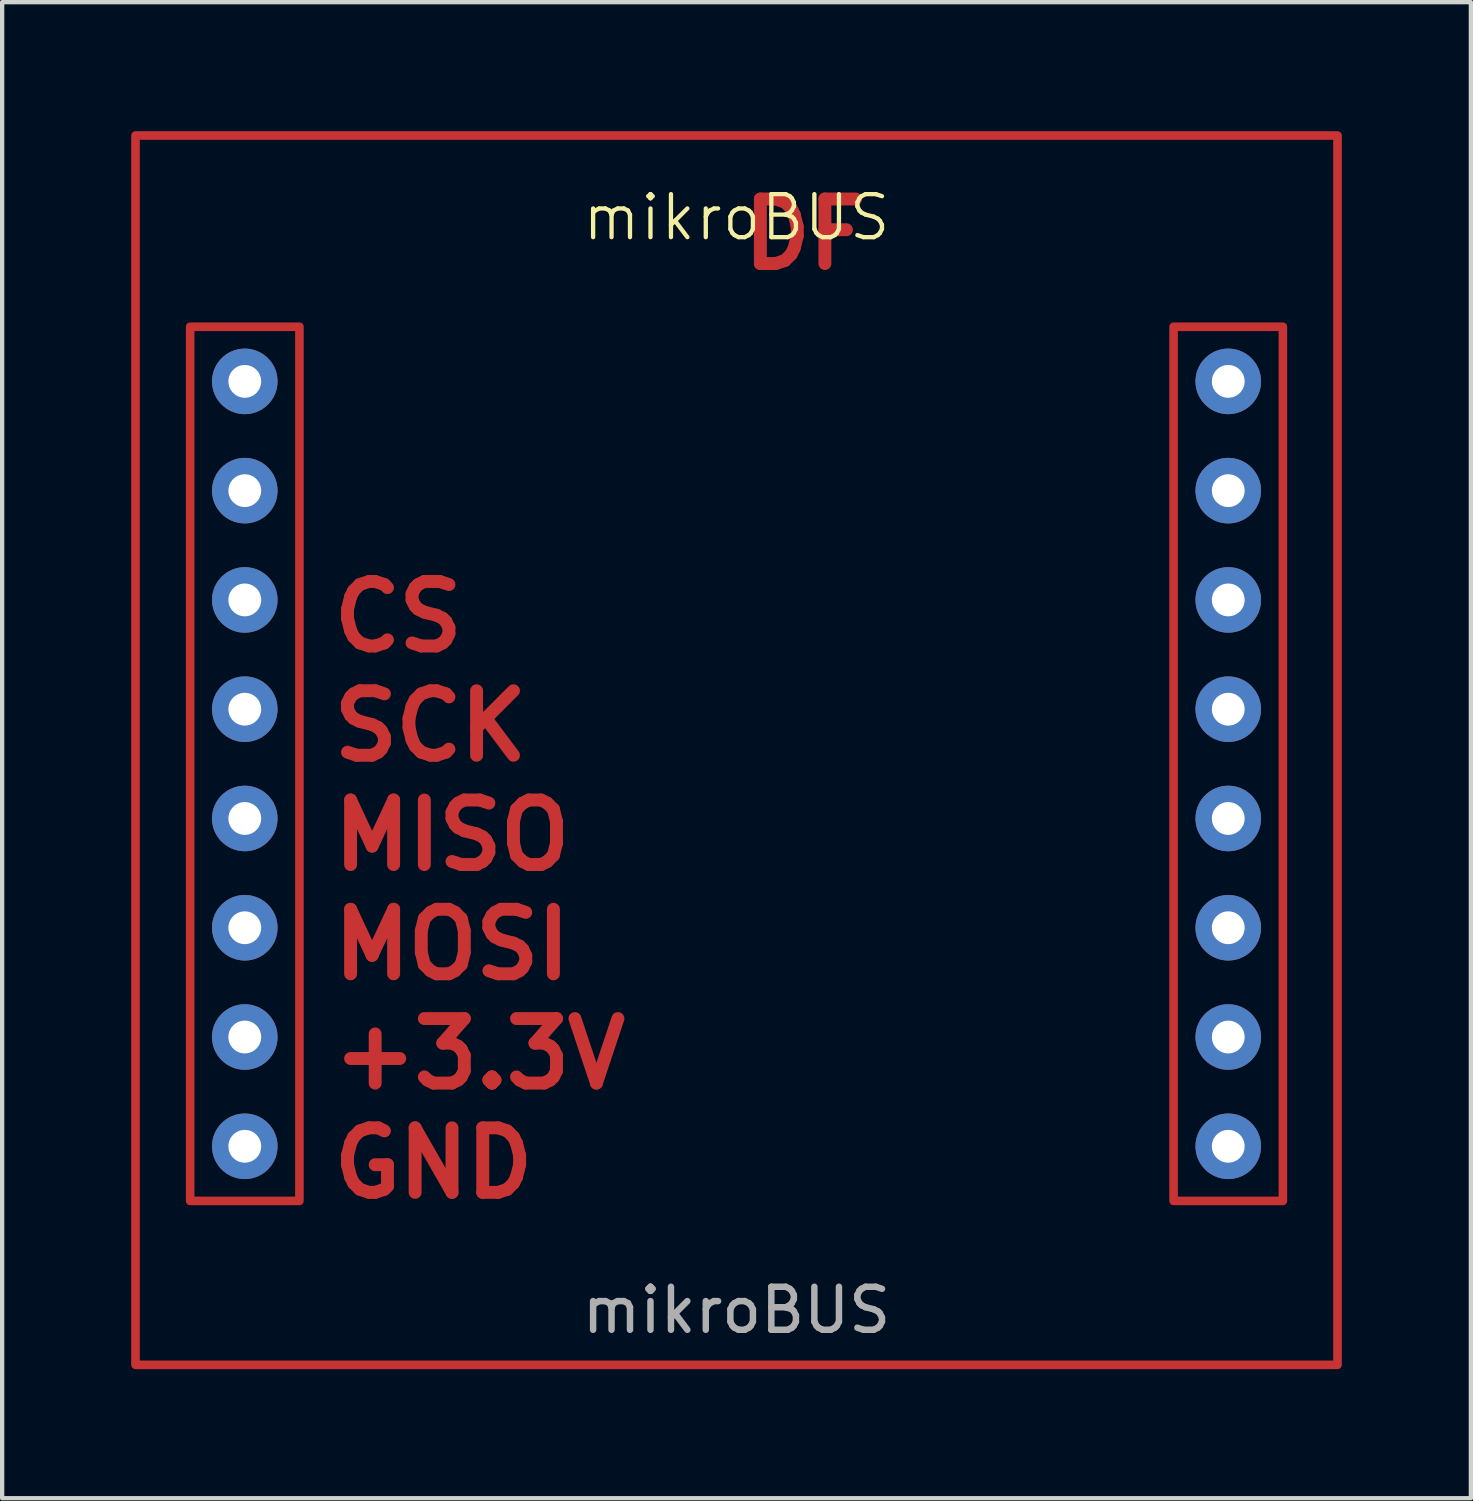
<source format=kicad_pcb>
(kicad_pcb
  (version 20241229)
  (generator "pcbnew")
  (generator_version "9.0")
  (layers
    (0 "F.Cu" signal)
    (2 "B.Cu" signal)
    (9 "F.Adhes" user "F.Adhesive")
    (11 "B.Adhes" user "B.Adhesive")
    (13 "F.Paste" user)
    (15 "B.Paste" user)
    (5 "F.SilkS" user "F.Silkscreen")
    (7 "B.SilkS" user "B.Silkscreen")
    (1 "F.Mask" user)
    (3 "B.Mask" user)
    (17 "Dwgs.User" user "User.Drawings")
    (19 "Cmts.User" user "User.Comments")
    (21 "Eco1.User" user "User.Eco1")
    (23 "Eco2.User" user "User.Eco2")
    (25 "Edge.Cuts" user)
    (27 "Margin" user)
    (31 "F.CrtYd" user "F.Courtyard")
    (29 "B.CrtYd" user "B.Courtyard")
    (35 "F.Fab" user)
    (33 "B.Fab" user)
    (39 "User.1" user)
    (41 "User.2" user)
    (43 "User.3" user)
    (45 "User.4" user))
  (footprint "mikroBUS"
    (layer "F.Cu")
    (at 14.07 14.705)
    (property "Reference" "mikroBUS" (at 0 -12.7 0) (unlocked yes) (layer "F.SilkS") (effects (font (size 1 1) (thickness 0.1))))
    (attr through_hole)
    (fp_rect (start -13.97 -14.605) (end 13.97 13.97) (stroke (width 0.2) (type default)) (fill no) (layer "F.Cu"))
    (fp_rect (start -12.7 -10.16) (end -10.16 10.16) (stroke (width 0.2) (type default)) (fill no) (layer "F.Cu"))
    (fp_rect (start 10.16 -10.16) (end 12.7 10.16) (stroke (width 0.2) (type default)) (fill no) (layer "F.Cu"))
    (fp_text user "MISO" (at -9.525 2.54 0) (unlocked yes) (layer "F.Cu") (effects (font (size 1.5 1.5) (thickness 0.3) (bold yes)) (justify left bottom)))
    (fp_text user "GND" (at -9.525 10.16 0) (unlocked yes) (layer "F.Cu") (effects (font (size 1.5 1.5) (thickness 0.3) (bold yes)) (justify left bottom)))
    (fp_text user "+3.3V" (at -9.525 7.62 0) (unlocked yes) (layer "F.Cu") (effects (font (size 1.5 1.5) (thickness 0.3) (bold yes)) (justify left bottom)))
    (fp_text user "CS" (at -9.525 -2.54 0) (unlocked yes) (layer "F.Cu") (effects (font (size 1.5 1.5) (thickness 0.3) (bold yes)) (justify left bottom)))
    (fp_text user "MOSI" (at -9.525 5.08 0) (unlocked yes) (layer "F.Cu") (effects (font (size 1.5 1.5) (thickness 0.3) (bold yes)) (justify left bottom)))
    (fp_text user "SCK" (at -9.525 0 0) (unlocked yes) (layer "F.Cu") (effects (font (size 1.5 1.5) (thickness 0.3) (bold yes)) (justify left bottom)))
    (fp_text user "DF" (at 0 -11.43 0) (unlocked yes) (layer "F.Cu") (effects (font (size 1.5 1.5) (thickness 0.3) (bold yes)) (justify left bottom)))
    (fp_text user "${REFERENCE}" (at 0 12.7 0) (unlocked yes) (layer "F.Fab") (effects (font (size 1 1) (thickness 0.15))))
    (pad "1" thru_hole circle (at -11.43 -8.89) (size 1.524 1.524) (drill 0.762) (layers "*.Cu" "*.Mask"))
    (pad "2" thru_hole circle (at -11.43 -6.35) (size 1.524 1.524) (drill 0.762) (layers "*.Cu" "*.Mask"))
    (pad "3" thru_hole circle (at -11.43 -3.81) (size 1.524 1.524) (drill 0.762) (layers "*.Cu" "*.Mask"))
    (pad "4" thru_hole circle (at -11.43 -1.27) (size 1.524 1.524) (drill 0.762) (layers "*.Cu" "*.Mask"))
    (pad "5" thru_hole circle (at -11.43 1.27) (size 1.524 1.524) (drill 0.762) (layers "*.Cu" "*.Mask"))
    (pad "6" thru_hole circle (at -11.43 3.81) (size 1.524 1.524) (drill 0.762) (layers "*.Cu" "*.Mask"))
    (pad "7" thru_hole circle (at -11.43 6.35) (size 1.524 1.524) (drill 0.762) (layers "*.Cu" "*.Mask"))
    (pad "8" thru_hole circle (at -11.43 8.89) (size 1.524 1.524) (drill 0.762) (layers "*.Cu" "*.Mask"))
    (pad "9" thru_hole circle (at 11.43 8.89) (size 1.524 1.524) (drill 0.762) (layers "*.Cu" "*.Mask"))
    (pad "10" thru_hole circle (at 11.43 6.35) (size 1.524 1.524) (drill 0.762) (layers "*.Cu" "*.Mask"))
    (pad "11" thru_hole circle (at 11.43 3.81) (size 1.524 1.524) (drill 0.762) (layers "*.Cu" "*.Mask"))
    (pad "12" thru_hole circle (at 11.43 1.27) (size 1.524 1.524) (drill 0.762) (layers "*.Cu" "*.Mask"))
    (pad "13" thru_hole circle (at 11.43 -1.27) (size 1.524 1.524) (drill 0.762) (layers "*.Cu" "*.Mask"))
    (pad "14" thru_hole circle (at 11.43 -3.81) (size 1.524 1.524) (drill 0.762) (layers "*.Cu" "*.Mask"))
    (pad "15" thru_hole circle (at 11.43 -6.35) (size 1.524 1.524) (drill 0.762) (layers "*.Cu" "*.Mask"))
    (pad "16" thru_hole circle (at 11.43 -8.89) (size 1.524 1.524) (drill 0.762) (layers "*.Cu" "*.Mask")))
  (gr_rect
    (start -3 -3)
    (end 31.14 31.775)
    (stroke (width 0.1) (type default))
    (fill no)
    (layer "Edge.Cuts")))
</source>
